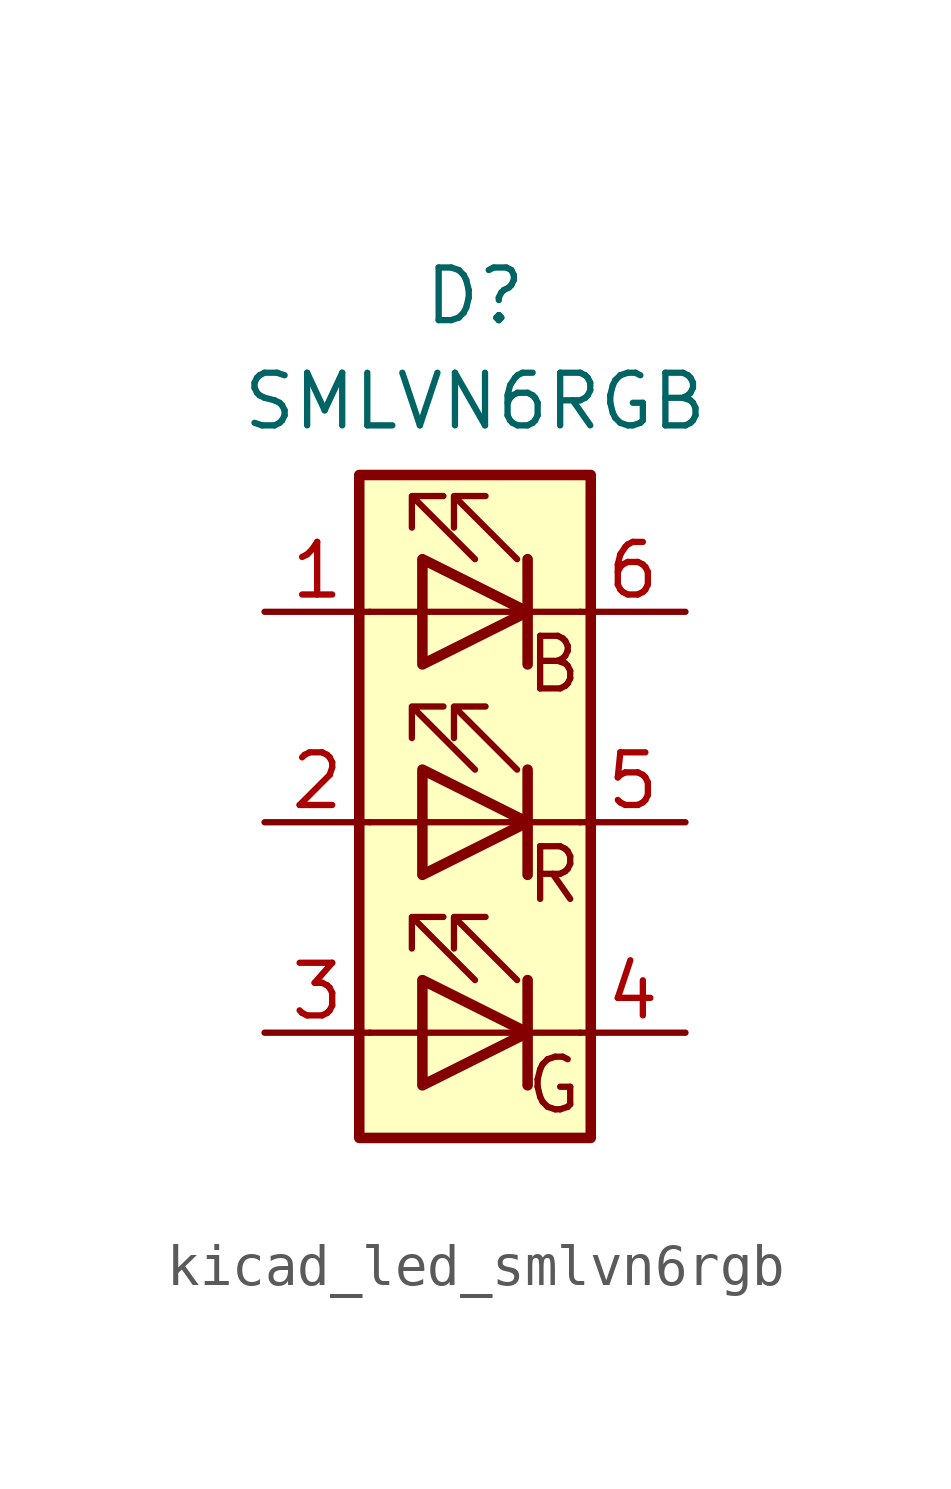
<source format=kicad_sym>
(kicad_symbol_lib
  (version 20220914)
  (generator kicad_symbol_editor)
  (symbol "kicad_led_smlvn6rgb"
    (pin_names
      (offset 0) hide)
    (property "Reference" "D"
      (at 0 12.7 0)
      (effects (font (size 1.27 1.27))))
    (property "Value" "SMLVN6RGB"
      (at 0 10.16 0)
      (effects (font (size 1.27 1.27))))
    (symbol "kicad_led_smlvn6rgb_0_0"
      (text "B" (at 1.905 3.81 0) (effects (font (size 1.27 1.27))))
      (text "G" (at 1.905 -6.35 0) (effects (font (size 1.27 1.27))))
      (text "R" (at 1.905 -1.27 0) (effects (font (size 1.27 1.27)))))
    (symbol "kicad_led_smlvn6rgb_0_1"
      (rectangle (start -2.794 8.382) (end 2.794 -7.62) (stroke (width 0.254) (type default)) (fill (type background)))
      (rectangle (start -1.27 -1.27) (end -1.27 1.27) (stroke (width 0) (type default)) (fill (type none)))
      (rectangle (start -1.27 1.27) (end -1.27 1.27) (stroke (width 0) (type default)) (fill (type none)))
      (rectangle (start -1.27 3.81) (end -1.27 6.35) (stroke (width 0) (type default)) (fill (type none)))
      (rectangle (start -1.27 6.35) (end -1.27 6.35) (stroke (width 0) (type default)) (fill (type none)))
      (polyline (pts (xy -1.27 -5.08) (xy -2.54 -5.08)) (stroke (width 0) (type default)) (fill (type none)))
      (polyline (pts (xy -1.27 0) (xy -2.54 0)) (stroke (width 0) (type default)) (fill (type none)))
      (polyline (pts (xy -1.27 0) (xy 1.27 0)) (stroke (width 0) (type default)) (fill (type none)))
      (polyline (pts (xy -1.27 5.08) (xy -2.54 5.08)) (stroke (width 0) (type default)) (fill (type none)))
      (polyline (pts (xy 1.27 -5.08) (xy -1.27 -5.08)) (stroke (width 0) (type default)) (fill (type none)))
      (polyline (pts (xy 1.27 -5.08) (xy 2.54 -5.08)) (stroke (width 0) (type default)) (fill (type none)))
      (polyline (pts (xy 1.27 -3.81) (xy 1.27 -6.35)) (stroke (width 0.254) (type default)) (fill (type none)))
      (polyline (pts (xy 1.27 0) (xy 2.54 0)) (stroke (width 0) (type default)) (fill (type none)))
      (polyline (pts (xy 1.27 1.27) (xy 1.27 -1.27)) (stroke (width 0.254) (type default)) (fill (type none)))
      (polyline (pts (xy 1.27 5.08) (xy -1.27 5.08)) (stroke (width 0) (type default)) (fill (type none)))
      (polyline (pts (xy 1.27 5.08) (xy 2.54 5.08)) (stroke (width 0) (type default)) (fill (type none)))
      (polyline (pts (xy 1.27 6.35) (xy 1.27 3.81)) (stroke (width 0.254) (type default)) (fill (type none)))
      (polyline (pts (xy 1.27 1.27) (xy 1.27 -1.27) (xy 1.27 -1.27)) (stroke (width 0) (type default)) (fill (type none)))
      (polyline (pts (xy 1.27 6.35) (xy 1.27 3.81) (xy 1.27 3.81)) (stroke (width 0) (type default)) (fill (type none)))
      (polyline (pts (xy -1.27 -3.81) (xy -1.27 -6.35) (xy 1.27 -5.08) (xy -1.27 -3.81)) (stroke (width 0.254) (type default)) (fill (type none)))
      (polyline (pts (xy -1.27 1.27) (xy -1.27 -1.27) (xy 1.27 0) (xy -1.27 1.27)) (stroke (width 0.254) (type default)) (fill (type none)))
      (polyline (pts (xy -1.27 6.35) (xy -1.27 3.81) (xy 1.27 5.08) (xy -1.27 6.35)) (stroke (width 0.254) (type default)) (fill (type none)))
      (polyline (pts (xy 0 -3.81) (xy -1.524 -2.286) (xy -0.762 -2.286) (xy -1.524 -2.286) (xy -1.524 -3.048)) (stroke (width 0) (type default)) (fill (type none)))
      (polyline (pts (xy 0 1.27) (xy -1.524 2.794) (xy -0.762 2.794) (xy -1.524 2.794) (xy -1.524 2.032)) (stroke (width 0) (type default)) (fill (type none)))
      (polyline (pts (xy 0 6.35) (xy -1.524 7.874) (xy -0.762 7.874) (xy -1.524 7.874) (xy -1.524 7.112)) (stroke (width 0) (type default)) (fill (type none)))
      (polyline (pts (xy 1.016 -3.81) (xy -0.508 -2.286) (xy 0.254 -2.286) (xy -0.508 -2.286) (xy -0.508 -3.048)) (stroke (width 0) (type default)) (fill (type none)))
      (polyline (pts (xy 1.016 1.27) (xy -0.508 2.794) (xy 0.254 2.794) (xy -0.508 2.794) (xy -0.508 2.032)) (stroke (width 0) (type default)) (fill (type none)))
      (polyline (pts (xy 1.016 6.35) (xy -0.508 7.874) (xy 0.254 7.874) (xy -0.508 7.874) (xy -0.508 7.112)) (stroke (width 0) (type default)) (fill (type none))))
    (symbol "kicad_led_smlvn6rgb_1_1"
      (pin passive line (at -5.08 5.08 0) (length 2.54) (name "BA" (effects (font (size 1.27 1.27)))) (number "1" (effects (font (size 1.27 1.27)))))
      (pin passive line (at -5.08 0 0) (length 2.54) (name "RA" (effects (font (size 1.27 1.27)))) (number "2" (effects (font (size 1.27 1.27)))))
      (pin passive line (at -5.08 -5.08 0) (length 2.54) (name "GA" (effects (font (size 1.27 1.27)))) (number "3" (effects (font (size 1.27 1.27)))))
      (pin passive line (at 5.08 -5.08 180) (length 2.54) (name "GK" (effects (font (size 1.27 1.27)))) (number "4" (effects (font (size 1.27 1.27)))))
      (pin passive line (at 5.08 0 180) (length 2.54) (name "RK" (effects (font (size 1.27 1.27)))) (number "5" (effects (font (size 1.27 1.27)))))
      (pin passive line (at 5.08 5.08 180) (length 2.54) (name "BK" (effects (font (size 1.27 1.27)))) (number "6" (effects (font (size 1.27 1.27))))))))
</source>
